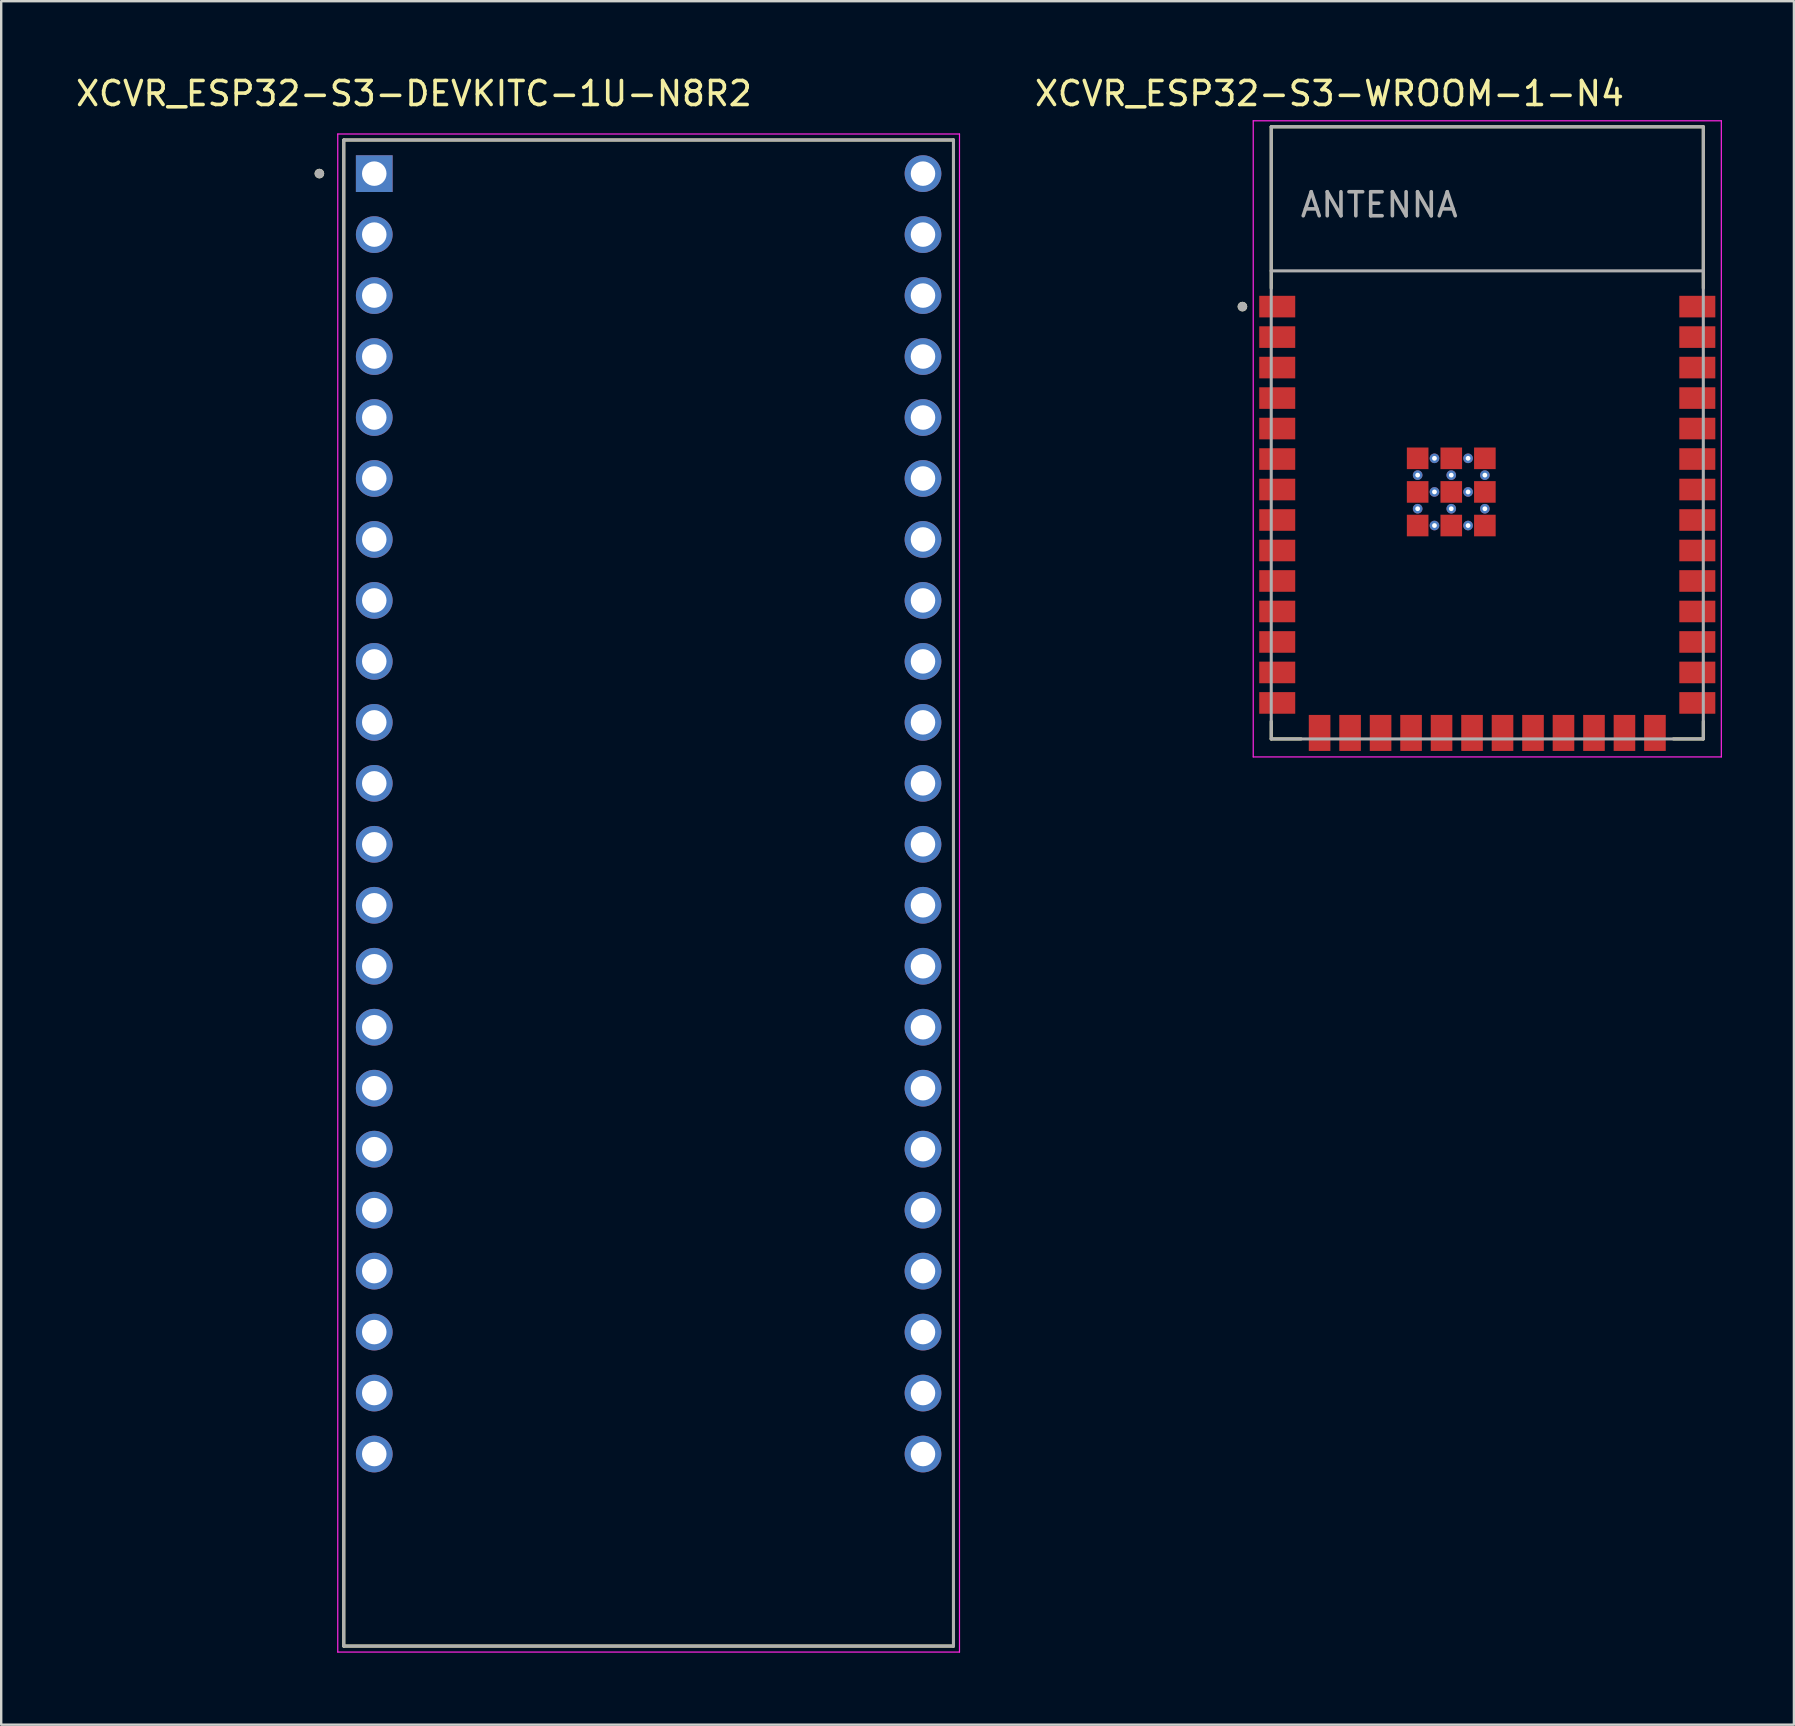
<source format=kicad_pcb>
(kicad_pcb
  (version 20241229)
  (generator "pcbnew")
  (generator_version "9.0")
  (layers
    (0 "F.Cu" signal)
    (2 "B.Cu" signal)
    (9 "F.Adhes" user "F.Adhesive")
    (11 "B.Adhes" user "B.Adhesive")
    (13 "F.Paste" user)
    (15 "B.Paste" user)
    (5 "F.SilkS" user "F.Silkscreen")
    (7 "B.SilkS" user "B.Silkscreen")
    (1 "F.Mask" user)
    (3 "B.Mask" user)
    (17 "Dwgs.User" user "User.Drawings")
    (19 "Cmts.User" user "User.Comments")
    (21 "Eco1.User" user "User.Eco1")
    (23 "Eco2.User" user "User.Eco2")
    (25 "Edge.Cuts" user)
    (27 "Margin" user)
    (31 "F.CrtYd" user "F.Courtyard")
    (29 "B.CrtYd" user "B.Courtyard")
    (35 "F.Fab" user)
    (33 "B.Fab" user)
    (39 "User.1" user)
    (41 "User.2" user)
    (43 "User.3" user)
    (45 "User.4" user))
  (footprint "XCVR_ESP32-S3-DEVKITC-1U-N8R2"
    (layer "F.Cu")
    (at 23.971 34.153)
    (property "Reference" "XCVR_ESP32-S3-DEVKITC-1U-N8R2" (at -9.775 -33.305 0) (layer "F.SilkS") (effects (font (size 1 1) (thickness 0.15))))
    (attr through_hole)
    (fp_line (start -12.7 -31.37) (end 12.7 -31.37) (stroke (width 0.127) (type solid)) (layer "F.SilkS"))
    (fp_line (start -12.7 31.37) (end -12.7 -31.37) (stroke (width 0.127) (type solid)) (layer "F.SilkS"))
    (fp_line (start 12.7 -31.37) (end 12.7 31.37) (stroke (width 0.127) (type solid)) (layer "F.SilkS"))
    (fp_line (start 12.7 31.37) (end -12.7 31.37) (stroke (width 0.127) (type solid)) (layer "F.SilkS"))
    (fp_circle (center -13.716 -29.972) (end -13.616 -29.972) (stroke (width 0.2) (type solid)) (fill no) (layer "F.SilkS"))
    (fp_line (start -12.95 -31.62) (end -12.95 31.62) (stroke (width 0.05) (type solid)) (layer "F.CrtYd"))
    (fp_line (start -12.95 -31.62) (end 12.95 -31.62) (stroke (width 0.05) (type solid)) (layer "F.CrtYd"))
    (fp_line (start -12.95 31.62) (end 12.95 31.62) (stroke (width 0.05) (type solid)) (layer "F.CrtYd"))
    (fp_line (start 12.95 31.62) (end 12.95 -31.62) (stroke (width 0.05) (type solid)) (layer "F.CrtYd"))
    (fp_line (start -12.7 -31.37) (end 12.7 -31.37) (stroke (width 0.127) (type solid)) (layer "F.Fab"))
    (fp_line (start -12.7 31.37) (end -12.7 -31.37) (stroke (width 0.127) (type solid)) (layer "F.Fab"))
    (fp_line (start 12.7 -31.37) (end 12.7 31.37) (stroke (width 0.127) (type solid)) (layer "F.Fab"))
    (fp_line (start 12.7 31.37) (end -12.7 31.37) (stroke (width 0.127) (type solid)) (layer "F.Fab"))
    (fp_circle (center -13.716 -29.972) (end -13.616 -29.972) (stroke (width 0.2) (type solid)) (fill no) (layer "F.Fab"))
    (pad "J1_1" thru_hole rect (at -11.43 -29.97) (size 1.53 1.53) (drill 1.02) (layers "*.Cu" "*.Mask"))
    (pad "J1_2" thru_hole circle (at -11.43 -27.43) (size 1.53 1.53) (drill 1.02) (layers "*.Cu" "*.Mask"))
    (pad "J1_3" thru_hole circle (at -11.43 -24.89) (size 1.53 1.53) (drill 1.02) (layers "*.Cu" "*.Mask"))
    (pad "J1_4" thru_hole circle (at -11.43 -22.35) (size 1.53 1.53) (drill 1.02) (layers "*.Cu" "*.Mask"))
    (pad "J1_5" thru_hole circle (at -11.43 -19.81) (size 1.53 1.53) (drill 1.02) (layers "*.Cu" "*.Mask"))
    (pad "J1_6" thru_hole circle (at -11.43 -17.27) (size 1.53 1.53) (drill 1.02) (layers "*.Cu" "*.Mask"))
    (pad "J1_7" thru_hole circle (at -11.43 -14.73) (size 1.53 1.53) (drill 1.02) (layers "*.Cu" "*.Mask"))
    (pad "J1_8" thru_hole circle (at -11.43 -12.19) (size 1.53 1.53) (drill 1.02) (layers "*.Cu" "*.Mask"))
    (pad "J1_9" thru_hole circle (at -11.43 -9.65) (size 1.53 1.53) (drill 1.02) (layers "*.Cu" "*.Mask"))
    (pad "J1_10" thru_hole circle (at -11.43 -7.11) (size 1.53 1.53) (drill 1.02) (layers "*.Cu" "*.Mask"))
    (pad "J1_11" thru_hole circle (at -11.43 -4.57) (size 1.53 1.53) (drill 1.02) (layers "*.Cu" "*.Mask"))
    (pad "J1_12" thru_hole circle (at -11.43 -2.03) (size 1.53 1.53) (drill 1.02) (layers "*.Cu" "*.Mask"))
    (pad "J1_13" thru_hole circle (at -11.43 0.51) (size 1.53 1.53) (drill 1.02) (layers "*.Cu" "*.Mask"))
    (pad "J1_14" thru_hole circle (at -11.43 3.05) (size 1.53 1.53) (drill 1.02) (layers "*.Cu" "*.Mask"))
    (pad "J1_15" thru_hole circle (at -11.43 5.59) (size 1.53 1.53) (drill 1.02) (layers "*.Cu" "*.Mask"))
    (pad "J1_16" thru_hole circle (at -11.43 8.13) (size 1.53 1.53) (drill 1.02) (layers "*.Cu" "*.Mask"))
    (pad "J1_17" thru_hole circle (at -11.43 10.67) (size 1.53 1.53) (drill 1.02) (layers "*.Cu" "*.Mask"))
    (pad "J1_18" thru_hole circle (at -11.43 13.21) (size 1.53 1.53) (drill 1.02) (layers "*.Cu" "*.Mask"))
    (pad "J1_19" thru_hole circle (at -11.43 15.75) (size 1.53 1.53) (drill 1.02) (layers "*.Cu" "*.Mask"))
    (pad "J1_20" thru_hole circle (at -11.43 18.29) (size 1.53 1.53) (drill 1.02) (layers "*.Cu" "*.Mask"))
    (pad "J1_21" thru_hole circle (at -11.43 20.83) (size 1.53 1.53) (drill 1.02) (layers "*.Cu" "*.Mask"))
    (pad "J1_22" thru_hole circle (at -11.43 23.37) (size 1.53 1.53) (drill 1.02) (layers "*.Cu" "*.Mask"))
    (pad "J3_1" thru_hole circle (at 11.43 -29.97) (size 1.53 1.53) (drill 1.02) (layers "*.Cu" "*.Mask"))
    (pad "J3_2" thru_hole circle (at 11.43 -27.43) (size 1.53 1.53) (drill 1.02) (layers "*.Cu" "*.Mask"))
    (pad "J3_3" thru_hole circle (at 11.43 -24.89) (size 1.53 1.53) (drill 1.02) (layers "*.Cu" "*.Mask"))
    (pad "J3_4" thru_hole circle (at 11.43 -22.35) (size 1.53 1.53) (drill 1.02) (layers "*.Cu" "*.Mask"))
    (pad "J3_5" thru_hole circle (at 11.43 -19.81) (size 1.53 1.53) (drill 1.02) (layers "*.Cu" "*.Mask"))
    (pad "J3_6" thru_hole circle (at 11.43 -17.27) (size 1.53 1.53) (drill 1.02) (layers "*.Cu" "*.Mask"))
    (pad "J3_7" thru_hole circle (at 11.43 -14.73) (size 1.53 1.53) (drill 1.02) (layers "*.Cu" "*.Mask"))
    (pad "J3_8" thru_hole circle (at 11.43 -12.19) (size 1.53 1.53) (drill 1.02) (layers "*.Cu" "*.Mask"))
    (pad "J3_9" thru_hole circle (at 11.43 -9.65) (size 1.53 1.53) (drill 1.02) (layers "*.Cu" "*.Mask"))
    (pad "J3_10" thru_hole circle (at 11.43 -7.11) (size 1.53 1.53) (drill 1.02) (layers "*.Cu" "*.Mask"))
    (pad "J3_11" thru_hole circle (at 11.43 -4.57) (size 1.53 1.53) (drill 1.02) (layers "*.Cu" "*.Mask"))
    (pad "J3_12" thru_hole circle (at 11.43 -2.03) (size 1.53 1.53) (drill 1.02) (layers "*.Cu" "*.Mask"))
    (pad "J3_13" thru_hole circle (at 11.43 0.51) (size 1.53 1.53) (drill 1.02) (layers "*.Cu" "*.Mask"))
    (pad "J3_14" thru_hole circle (at 11.43 3.05) (size 1.53 1.53) (drill 1.02) (layers "*.Cu" "*.Mask"))
    (pad "J3_15" thru_hole circle (at 11.43 5.59) (size 1.53 1.53) (drill 1.02) (layers "*.Cu" "*.Mask"))
    (pad "J3_16" thru_hole circle (at 11.43 8.13) (size 1.53 1.53) (drill 1.02) (layers "*.Cu" "*.Mask"))
    (pad "J3_17" thru_hole circle (at 11.43 10.67) (size 1.53 1.53) (drill 1.02) (layers "*.Cu" "*.Mask"))
    (pad "J3_18" thru_hole circle (at 11.43 13.21) (size 1.53 1.53) (drill 1.02) (layers "*.Cu" "*.Mask"))
    (pad "J3_19" thru_hole circle (at 11.43 15.75) (size 1.53 1.53) (drill 1.02) (layers "*.Cu" "*.Mask"))
    (pad "J3_20" thru_hole circle (at 11.43 18.29) (size 1.53 1.53) (drill 1.02) (layers "*.Cu" "*.Mask"))
    (pad "J3_21" thru_hole circle (at 11.43 20.83) (size 1.53 1.53) (drill 1.02) (layers "*.Cu" "*.Mask"))
    (pad "J3_22" thru_hole circle (at 11.43 23.37) (size 1.53 1.53) (drill 1.02) (layers "*.Cu" "*.Mask")))
  (footprint "XCVR_ESP32-S3-WROOM-1-N4"
    (layer "F.Cu")
    (at 58.908 14.983)
    (property "Reference" "XCVR_ESP32-S3-WROOM-1-N4" (at -6.575 -14.135 0) (layer "F.SilkS") (effects (font (size 1 1) (thickness 0.15))))
    (attr smd)
    (fp_line (start -9 -12.75) (end 9 -12.75) (stroke (width 0.127) (type solid)) (layer "F.SilkS"))
    (fp_line (start -9 -6.03) (end -9 -12.75) (stroke (width 0.127) (type solid)) (layer "F.SilkS"))
    (fp_line (start -9 12.02) (end -9 12.75) (stroke (width 0.127) (type solid)) (layer "F.SilkS"))
    (fp_line (start -9 12.75) (end -7.755 12.75) (stroke (width 0.127) (type solid)) (layer "F.SilkS"))
    (fp_line (start 9 -12.75) (end 9 -6.03) (stroke (width 0.127) (type solid)) (layer "F.SilkS"))
    (fp_line (start 9 12.02) (end 9 12.75) (stroke (width 0.127) (type solid)) (layer "F.SilkS"))
    (fp_line (start 9 12.75) (end 7.755 12.75) (stroke (width 0.127) (type solid)) (layer "F.SilkS"))
    (fp_circle (center -10.2 -5.26) (end -10.1 -5.26) (stroke (width 0.2) (type solid)) (fill no) (layer "F.SilkS"))
    (fp_line (start -9.75 -13) (end 9.75 -13) (stroke (width 0.05) (type solid)) (layer "F.CrtYd"))
    (fp_line (start -9.75 13.5) (end -9.75 -13) (stroke (width 0.05) (type solid)) (layer "F.CrtYd"))
    (fp_line (start -9.75 13.5) (end 9.75 13.5) (stroke (width 0.05) (type solid)) (layer "F.CrtYd"))
    (fp_line (start 9.75 -13) (end 9.75 13.5) (stroke (width 0.05) (type solid)) (layer "F.CrtYd"))
    (fp_line (start -9 -12.75) (end 9 -12.75) (stroke (width 0.127) (type solid)) (layer "F.Fab"))
    (fp_line (start -9 -6.75) (end -9 -12.75) (stroke (width 0.127) (type solid)) (layer "F.Fab"))
    (fp_line (start -9 -6.75) (end 9 -6.75) (stroke (width 0.127) (type solid)) (layer "F.Fab"))
    (fp_line (start -9 12.75) (end -9 -6.75) (stroke (width 0.127) (type solid)) (layer "F.Fab"))
    (fp_line (start 9 -12.75) (end 9 -6.75) (stroke (width 0.127) (type solid)) (layer "F.Fab"))
    (fp_line (start 9 -6.75) (end 9 12.75) (stroke (width 0.127) (type solid)) (layer "F.Fab"))
    (fp_line (start 9 12.75) (end -9 12.75) (stroke (width 0.127) (type solid)) (layer "F.Fab"))
    (fp_circle (center -10.2 -5.26) (end -10.1 -5.26) (stroke (width 0.2) (type solid)) (fill no) (layer "F.Fab"))
    (fp_text user "ANTENNA" (at -4.5 -9.5 0) (layer "F.Fab") (effects (font (size 1 1) (thickness 0.15))))
    (pad "1" smd rect (at -8.75 -5.26) (size 1.5 0.9) (layers "F.Cu" "F.Mask" "F.Paste"))
    (pad "2" smd rect (at -8.75 -3.99) (size 1.5 0.9) (layers "F.Cu" "F.Mask" "F.Paste"))
    (pad "3" smd rect (at -8.75 -2.72) (size 1.5 0.9) (layers "F.Cu" "F.Mask" "F.Paste"))
    (pad "4" smd rect (at -8.75 -1.45) (size 1.5 0.9) (layers "F.Cu" "F.Mask" "F.Paste"))
    (pad "5" smd rect (at -8.75 -0.18) (size 1.5 0.9) (layers "F.Cu" "F.Mask" "F.Paste"))
    (pad "6" smd rect (at -8.75 1.09) (size 1.5 0.9) (layers "F.Cu" "F.Mask" "F.Paste"))
    (pad "7" smd rect (at -8.75 2.36) (size 1.5 0.9) (layers "F.Cu" "F.Mask" "F.Paste"))
    (pad "8" smd rect (at -8.75 3.63) (size 1.5 0.9) (layers "F.Cu" "F.Mask" "F.Paste"))
    (pad "9" smd rect (at -8.75 4.9) (size 1.5 0.9) (layers "F.Cu" "F.Mask" "F.Paste"))
    (pad "10" smd rect (at -8.75 6.17) (size 1.5 0.9) (layers "F.Cu" "F.Mask" "F.Paste"))
    (pad "11" smd rect (at -8.75 7.44) (size 1.5 0.9) (layers "F.Cu" "F.Mask" "F.Paste"))
    (pad "12" smd rect (at -8.75 8.71) (size 1.5 0.9) (layers "F.Cu" "F.Mask" "F.Paste"))
    (pad "13" smd rect (at -8.75 9.98) (size 1.5 0.9) (layers "F.Cu" "F.Mask" "F.Paste"))
    (pad "14" smd rect (at -8.75 11.25) (size 1.5 0.9) (layers "F.Cu" "F.Mask" "F.Paste"))
    (pad "15" smd rect (at -6.985 12.5) (size 0.9 1.5) (layers "F.Cu" "F.Mask" "F.Paste"))
    (pad "16" smd rect (at -5.715 12.5) (size 0.9 1.5) (layers "F.Cu" "F.Mask" "F.Paste"))
    (pad "17" smd rect (at -4.445 12.5) (size 0.9 1.5) (layers "F.Cu" "F.Mask" "F.Paste"))
    (pad "18" smd rect (at -3.175 12.5) (size 0.9 1.5) (layers "F.Cu" "F.Mask" "F.Paste"))
    (pad "19" smd rect (at -1.905 12.5) (size 0.9 1.5) (layers "F.Cu" "F.Mask" "F.Paste"))
    (pad "20" smd rect (at -0.635 12.5) (size 0.9 1.5) (layers "F.Cu" "F.Mask" "F.Paste"))
    (pad "21" smd rect (at 0.635 12.5) (size 0.9 1.5) (layers "F.Cu" "F.Mask" "F.Paste"))
    (pad "22" smd rect (at 1.905 12.5) (size 0.9 1.5) (layers "F.Cu" "F.Mask" "F.Paste"))
    (pad "23" smd rect (at 3.175 12.5) (size 0.9 1.5) (layers "F.Cu" "F.Mask" "F.Paste"))
    (pad "24" smd rect (at 4.445 12.5) (size 0.9 1.5) (layers "F.Cu" "F.Mask" "F.Paste"))
    (pad "25" smd rect (at 5.715 12.5) (size 0.9 1.5) (layers "F.Cu" "F.Mask" "F.Paste"))
    (pad "26" smd rect (at 6.985 12.5) (size 0.9 1.5) (layers "F.Cu" "F.Mask" "F.Paste"))
    (pad "27" smd rect (at 8.75 11.25) (size 1.5 0.9) (layers "F.Cu" "F.Mask" "F.Paste"))
    (pad "28" smd rect (at 8.75 9.98) (size 1.5 0.9) (layers "F.Cu" "F.Mask" "F.Paste"))
    (pad "29" smd rect (at 8.75 8.71) (size 1.5 0.9) (layers "F.Cu" "F.Mask" "F.Paste"))
    (pad "30" smd rect (at 8.75 7.44) (size 1.5 0.9) (layers "F.Cu" "F.Mask" "F.Paste"))
    (pad "31" smd rect (at 8.75 6.17) (size 1.5 0.9) (layers "F.Cu" "F.Mask" "F.Paste"))
    (pad "32" smd rect (at 8.75 4.9) (size 1.5 0.9) (layers "F.Cu" "F.Mask" "F.Paste"))
    (pad "33" smd rect (at 8.75 3.63) (size 1.5 0.9) (layers "F.Cu" "F.Mask" "F.Paste"))
    (pad "34" smd rect (at 8.75 2.36) (size 1.5 0.9) (layers "F.Cu" "F.Mask" "F.Paste"))
    (pad "35" smd rect (at 8.75 1.09) (size 1.5 0.9) (layers "F.Cu" "F.Mask" "F.Paste"))
    (pad "36" smd rect (at 8.75 -0.18) (size 1.5 0.9) (layers "F.Cu" "F.Mask" "F.Paste"))
    (pad "37" smd rect (at 8.75 -1.45) (size 1.5 0.9) (layers "F.Cu" "F.Mask" "F.Paste"))
    (pad "38" smd rect (at 8.75 -2.72) (size 1.5 0.9) (layers "F.Cu" "F.Mask" "F.Paste"))
    (pad "39" smd rect (at 8.75 -3.99) (size 1.5 0.9) (layers "F.Cu" "F.Mask" "F.Paste"))
    (pad "40" smd rect (at 8.75 -5.26) (size 1.5 0.9) (layers "F.Cu" "F.Mask" "F.Paste"))
    (pad "41_1" smd rect (at -1.5 2.46) (size 0.9 0.9) (layers "F.Cu" "F.Mask" "F.Paste"))
    (pad "41_2" smd rect (at -2.9 2.46) (size 0.9 0.9) (layers "F.Cu" "F.Mask" "F.Paste"))
    (pad "41_3" smd rect (at -0.1 2.46) (size 0.9 0.9) (layers "F.Cu" "F.Mask" "F.Paste"))
    (pad "41_4" smd rect (at -2.9 3.86) (size 0.9 0.9) (layers "F.Cu" "F.Mask" "F.Paste"))
    (pad "41_5" smd rect (at -1.5 3.86) (size 0.9 0.9) (layers "F.Cu" "F.Mask" "F.Paste"))
    (pad "41_6" smd rect (at -0.1 3.86) (size 0.9 0.9) (layers "F.Cu" "F.Mask" "F.Paste"))
    (pad "41_7" smd rect (at -2.9 1.06) (size 0.9 0.9) (layers "F.Cu" "F.Mask" "F.Paste"))
    (pad "41_8" smd rect (at -1.5 1.06) (size 0.9 0.9) (layers "F.Cu" "F.Mask" "F.Paste"))
    (pad "41_9" smd rect (at -0.1 1.06) (size 0.9 0.9) (layers "F.Cu" "F.Mask" "F.Paste"))
    (pad "41_10" thru_hole circle (at -1.5 1.76) (size 0.4 0.4) (drill 0.2) (layers "*.Cu"))
    (pad "41_11" thru_hole circle (at -2.9 1.76) (size 0.4 0.4) (drill 0.2) (layers "*.Cu"))
    (pad "41_12" thru_hole circle (at -0.1 1.76) (size 0.4 0.4) (drill 0.2) (layers "*.Cu"))
    (pad "41_13" thru_hole circle (at -2.9 3.16) (size 0.4 0.4) (drill 0.2) (layers "*.Cu"))
    (pad "41_14" thru_hole circle (at -1.5 3.16) (size 0.4 0.4) (drill 0.2) (layers "*.Cu"))
    (pad "41_15" thru_hole circle (at -0.1 3.16) (size 0.4 0.4) (drill 0.2) (layers "*.Cu"))
    (pad "41_16" thru_hole circle (at -2.2 1.06) (size 0.4 0.4) (drill 0.2) (layers "*.Cu"))
    (pad "41_17" thru_hole circle (at -0.8 1.06) (size 0.4 0.4) (drill 0.2) (layers "*.Cu"))
    (pad "41_18" thru_hole circle (at -2.2 2.46) (size 0.4 0.4) (drill 0.2) (layers "*.Cu"))
    (pad "41_19" thru_hole circle (at -0.8 2.46) (size 0.4 0.4) (drill 0.2) (layers "*.Cu"))
    (pad "41_20" thru_hole circle (at -2.2 3.86) (size 0.4 0.4) (drill 0.2) (layers "*.Cu"))
    (pad "41_21" thru_hole circle (at -0.8 3.86) (size 0.4 0.4) (drill 0.2) (layers "*.Cu"))
    (zone (net_name "") (layer "F.Cu") (hatch full 0.508) (connect_pads) (min_thickness 0.01) (filled_areas_thickness no) (keepout (tracks not_allowed) (vias not_allowed) (pads not_allowed) (copperpour not_allowed) (footprints allowed)) (placement (enabled no)) (fill) (polygon (pts (xy 49.908 2.233) (xy 67.908 2.233) (xy 67.908 8.233) (xy 49.908 8.233))))
    (zone (net_name "") (layers "F.Cu" "B.Cu") (hatch full 0.508) (connect_pads) (min_thickness 0.01) (filled_areas_thickness no) (keepout (tracks allowed) (vias not_allowed) (pads allowed) (copperpour allowed) (footprints allowed)) (placement (enabled no)) (fill) (polygon (pts (xy 49.908 2.233) (xy 67.908 2.233) (xy 67.908 8.233) (xy 49.908 8.233))))
    (zone (net_name "") (layer "B.Cu") (hatch full 0.508) (connect_pads) (min_thickness 0.01) (filled_areas_thickness no) (keepout (tracks not_allowed) (vias not_allowed) (pads not_allowed) (copperpour not_allowed) (footprints allowed)) (placement (enabled no)) (fill) (polygon (pts (xy 49.908 2.233) (xy 67.908 2.233) (xy 67.908 8.233) (xy 49.908 8.233)))))
  (gr_rect
    (start -3 -3)
    (end 71.683 68.798)
    (stroke (width 0.1) (type default))
    (fill no)
    (layer "Edge.Cuts")))
</source>
